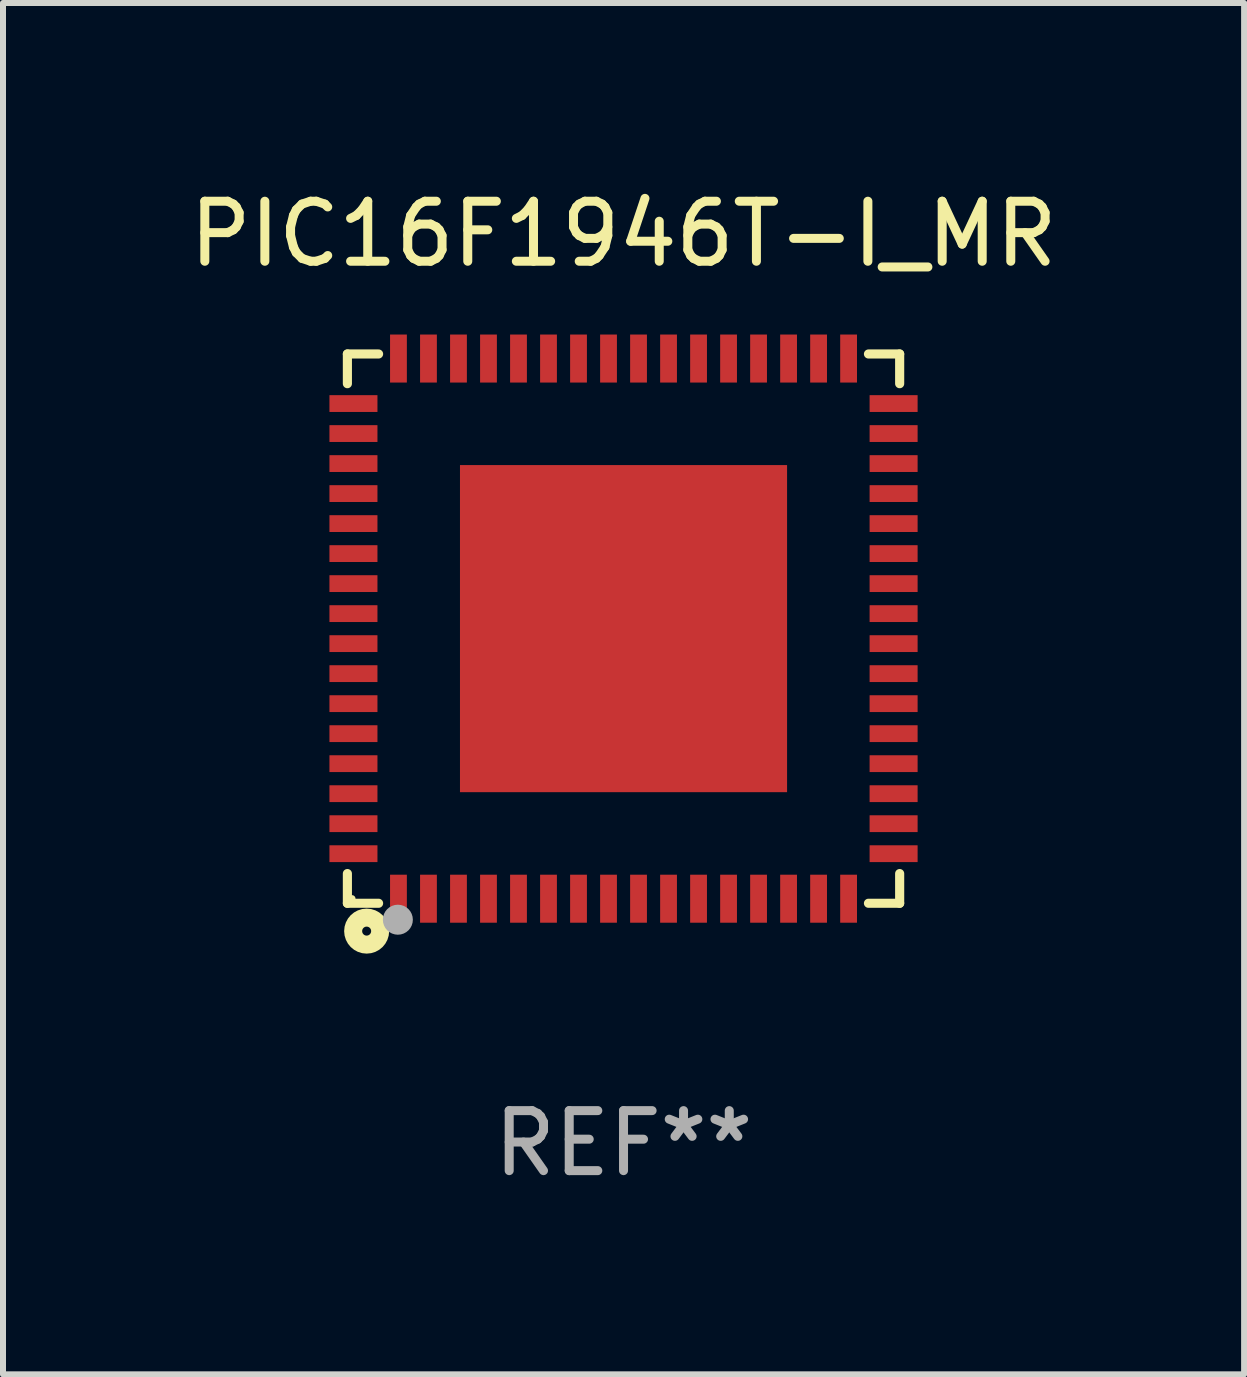
<source format=kicad_pcb>
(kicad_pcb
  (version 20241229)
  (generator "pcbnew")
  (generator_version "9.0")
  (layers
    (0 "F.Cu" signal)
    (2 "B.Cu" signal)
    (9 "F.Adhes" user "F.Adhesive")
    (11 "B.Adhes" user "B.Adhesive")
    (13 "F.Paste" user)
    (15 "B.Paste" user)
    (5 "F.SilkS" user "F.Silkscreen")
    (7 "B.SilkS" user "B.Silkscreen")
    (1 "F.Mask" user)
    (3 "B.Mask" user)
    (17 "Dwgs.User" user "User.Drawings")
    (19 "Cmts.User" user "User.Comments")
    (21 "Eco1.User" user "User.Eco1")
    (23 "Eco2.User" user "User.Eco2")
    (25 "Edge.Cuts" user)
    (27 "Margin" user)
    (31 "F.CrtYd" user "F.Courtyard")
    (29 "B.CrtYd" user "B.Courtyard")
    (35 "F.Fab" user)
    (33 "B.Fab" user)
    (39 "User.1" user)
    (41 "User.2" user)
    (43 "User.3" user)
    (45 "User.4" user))
  (footprint "PIC16F1946T-I_MR"
    (layer "F.Cu")
    (at 7.339 7.424)
    (property "Reference" "PIC16F1946T-I_MR" (at 0 -6.576 0) (layer "F.SilkS") (effects (font (size 1 1) (thickness 0.15))))
    (attr through_hole)
    (fp_line (start -4.601 -4.576) (end -4.081 -4.576) (stroke (width 0.152) (type solid)) (layer "F.SilkS"))
    (fp_line (start -4.601 -4.081) (end -4.601 -4.576) (stroke (width 0.152) (type solid)) (layer "F.SilkS"))
    (fp_line (start -4.601 4.081) (end -4.601 4.576) (stroke (width 0.152) (type solid)) (layer "F.SilkS"))
    (fp_line (start -4.601 4.576) (end -4.081 4.576) (stroke (width 0.152) (type solid)) (layer "F.SilkS"))
    (fp_line (start 4.601 -4.576) (end 4.081 -4.576) (stroke (width 0.152) (type solid)) (layer "F.SilkS"))
    (fp_line (start 4.601 -4.081) (end 4.601 -4.576) (stroke (width 0.152) (type solid)) (layer "F.SilkS"))
    (fp_line (start 4.601 4.081) (end 4.601 4.576) (stroke (width 0.152) (type solid)) (layer "F.SilkS"))
    (fp_line (start 4.601 4.576) (end 4.081 4.576) (stroke (width 0.152) (type solid)) (layer "F.SilkS"))
    (fp_circle (center -4.525 4.5) (end -4.495 4.5) (stroke (width 0.06) (type solid)) (fill no) (layer "F.SilkS"))
    (fp_circle (center -4.28 5.04) (end -4.205 5.04) (stroke (width 0.3) (type solid)) (fill no) (layer "F.SilkS"))
    (fp_circle (center -3.76 4.85) (end -3.635 4.85) (stroke (width 0.25) (type solid)) (fill no) (layer "F.Fab"))
    (fp_text user "REF**" (at 0 8.576 0) (layer "F.Fab") (effects (font (size 1 1) (thickness 0.15))))
    (pad "1" smd rect (at -3.75 4.5) (size 0.28 0.8) (layers "F.Cu" "F.Mask" "F.Paste"))
    (pad "2" smd rect (at -3.25 4.5) (size 0.28 0.8) (layers "F.Cu" "F.Mask" "F.Paste"))
    (pad "3" smd rect (at -2.75 4.5) (size 0.28 0.8) (layers "F.Cu" "F.Mask" "F.Paste"))
    (pad "4" smd rect (at -2.25 4.5) (size 0.28 0.8) (layers "F.Cu" "F.Mask" "F.Paste"))
    (pad "5" smd rect (at -1.75 4.5) (size 0.28 0.8) (layers "F.Cu" "F.Mask" "F.Paste"))
    (pad "6" smd rect (at -1.25 4.5) (size 0.28 0.8) (layers "F.Cu" "F.Mask" "F.Paste"))
    (pad "7" smd rect (at -0.75 4.5) (size 0.28 0.8) (layers "F.Cu" "F.Mask" "F.Paste"))
    (pad "8" smd rect (at -0.25 4.5) (size 0.28 0.8) (layers "F.Cu" "F.Mask" "F.Paste"))
    (pad "9" smd rect (at 0.25 4.5) (size 0.28 0.8) (layers "F.Cu" "F.Mask" "F.Paste"))
    (pad "10" smd rect (at 0.75 4.5) (size 0.28 0.8) (layers "F.Cu" "F.Mask" "F.Paste"))
    (pad "11" smd rect (at 1.25 4.5) (size 0.28 0.8) (layers "F.Cu" "F.Mask" "F.Paste"))
    (pad "12" smd rect (at 1.75 4.5) (size 0.28 0.8) (layers "F.Cu" "F.Mask" "F.Paste"))
    (pad "13" smd rect (at 2.25 4.5) (size 0.28 0.8) (layers "F.Cu" "F.Mask" "F.Paste"))
    (pad "14" smd rect (at 2.75 4.5) (size 0.28 0.8) (layers "F.Cu" "F.Mask" "F.Paste"))
    (pad "15" smd rect (at 3.25 4.5) (size 0.28 0.8) (layers "F.Cu" "F.Mask" "F.Paste"))
    (pad "16" smd rect (at 3.75 4.5) (size 0.28 0.8) (layers "F.Cu" "F.Mask" "F.Paste"))
    (pad "17" smd rect (at 4.5 3.75) (size 0.8 0.28) (layers "F.Cu" "F.Mask" "F.Paste"))
    (pad "18" smd rect (at 4.5 3.25) (size 0.8 0.28) (layers "F.Cu" "F.Mask" "F.Paste"))
    (pad "19" smd rect (at 4.5 2.75) (size 0.8 0.28) (layers "F.Cu" "F.Mask" "F.Paste"))
    (pad "20" smd rect (at 4.5 2.25) (size 0.8 0.28) (layers "F.Cu" "F.Mask" "F.Paste"))
    (pad "21" smd rect (at 4.5 1.75) (size 0.8 0.28) (layers "F.Cu" "F.Mask" "F.Paste"))
    (pad "22" smd rect (at 4.5 1.25) (size 0.8 0.28) (layers "F.Cu" "F.Mask" "F.Paste"))
    (pad "23" smd rect (at 4.5 0.75) (size 0.8 0.28) (layers "F.Cu" "F.Mask" "F.Paste"))
    (pad "24" smd rect (at 4.5 0.25) (size 0.8 0.28) (layers "F.Cu" "F.Mask" "F.Paste"))
    (pad "25" smd rect (at 4.5 -0.25) (size 0.8 0.28) (layers "F.Cu" "F.Mask" "F.Paste"))
    (pad "26" smd rect (at 4.5 -0.75) (size 0.8 0.28) (layers "F.Cu" "F.Mask" "F.Paste"))
    (pad "27" smd rect (at 4.5 -1.25) (size 0.8 0.28) (layers "F.Cu" "F.Mask" "F.Paste"))
    (pad "28" smd rect (at 4.5 -1.75) (size 0.8 0.28) (layers "F.Cu" "F.Mask" "F.Paste"))
    (pad "29" smd rect (at 4.5 -2.25) (size 0.8 0.28) (layers "F.Cu" "F.Mask" "F.Paste"))
    (pad "30" smd rect (at 4.5 -2.75) (size 0.8 0.28) (layers "F.Cu" "F.Mask" "F.Paste"))
    (pad "31" smd rect (at 4.5 -3.25) (size 0.8 0.28) (layers "F.Cu" "F.Mask" "F.Paste"))
    (pad "32" smd rect (at 4.5 -3.75) (size 0.8 0.28) (layers "F.Cu" "F.Mask" "F.Paste"))
    (pad "33" smd rect (at 3.75 -4.5) (size 0.28 0.8) (layers "F.Cu" "F.Mask" "F.Paste"))
    (pad "34" smd rect (at 3.25 -4.5) (size 0.28 0.8) (layers "F.Cu" "F.Mask" "F.Paste"))
    (pad "35" smd rect (at 2.75 -4.5) (size 0.28 0.8) (layers "F.Cu" "F.Mask" "F.Paste"))
    (pad "36" smd rect (at 2.25 -4.5) (size 0.28 0.8) (layers "F.Cu" "F.Mask" "F.Paste"))
    (pad "37" smd rect (at 1.75 -4.5) (size 0.28 0.8) (layers "F.Cu" "F.Mask" "F.Paste"))
    (pad "38" smd rect (at 1.25 -4.5) (size 0.28 0.8) (layers "F.Cu" "F.Mask" "F.Paste"))
    (pad "39" smd rect (at 0.75 -4.5) (size 0.28 0.8) (layers "F.Cu" "F.Mask" "F.Paste"))
    (pad "40" smd rect (at 0.25 -4.5) (size 0.28 0.8) (layers "F.Cu" "F.Mask" "F.Paste"))
    (pad "41" smd rect (at -0.25 -4.5) (size 0.28 0.8) (layers "F.Cu" "F.Mask" "F.Paste"))
    (pad "42" smd rect (at -0.75 -4.5) (size 0.28 0.8) (layers "F.Cu" "F.Mask" "F.Paste"))
    (pad "43" smd rect (at -1.25 -4.5) (size 0.28 0.8) (layers "F.Cu" "F.Mask" "F.Paste"))
    (pad "44" smd rect (at -1.75 -4.5) (size 0.28 0.8) (layers "F.Cu" "F.Mask" "F.Paste"))
    (pad "45" smd rect (at -2.25 -4.5) (size 0.28 0.8) (layers "F.Cu" "F.Mask" "F.Paste"))
    (pad "46" smd rect (at -2.75 -4.5) (size 0.28 0.8) (layers "F.Cu" "F.Mask" "F.Paste"))
    (pad "47" smd rect (at -3.25 -4.5) (size 0.28 0.8) (layers "F.Cu" "F.Mask" "F.Paste"))
    (pad "48" smd rect (at -3.75 -4.5) (size 0.28 0.8) (layers "F.Cu" "F.Mask" "F.Paste"))
    (pad "49" smd rect (at -4.5 -3.75) (size 0.8 0.28) (layers "F.Cu" "F.Mask" "F.Paste"))
    (pad "50" smd rect (at -4.5 -3.25) (size 0.8 0.28) (layers "F.Cu" "F.Mask" "F.Paste"))
    (pad "51" smd rect (at -4.5 -2.75) (size 0.8 0.28) (layers "F.Cu" "F.Mask" "F.Paste"))
    (pad "52" smd rect (at -4.5 -2.25) (size 0.8 0.28) (layers "F.Cu" "F.Mask" "F.Paste"))
    (pad "53" smd rect (at -4.5 -1.75) (size 0.8 0.28) (layers "F.Cu" "F.Mask" "F.Paste"))
    (pad "54" smd rect (at -4.5 -1.25) (size 0.8 0.28) (layers "F.Cu" "F.Mask" "F.Paste"))
    (pad "55" smd rect (at -4.5 -0.75) (size 0.8 0.28) (layers "F.Cu" "F.Mask" "F.Paste"))
    (pad "56" smd rect (at -4.5 -0.25) (size 0.8 0.28) (layers "F.Cu" "F.Mask" "F.Paste"))
    (pad "57" smd rect (at -4.5 0.25) (size 0.8 0.28) (layers "F.Cu" "F.Mask" "F.Paste"))
    (pad "58" smd rect (at -4.5 0.75) (size 0.8 0.28) (layers "F.Cu" "F.Mask" "F.Paste"))
    (pad "59" smd rect (at -4.5 1.25) (size 0.8 0.28) (layers "F.Cu" "F.Mask" "F.Paste"))
    (pad "60" smd rect (at -4.5 1.75) (size 0.8 0.28) (layers "F.Cu" "F.Mask" "F.Paste"))
    (pad "61" smd rect (at -4.5 2.25) (size 0.8 0.28) (layers "F.Cu" "F.Mask" "F.Paste"))
    (pad "62" smd rect (at -4.5 2.75) (size 0.8 0.28) (layers "F.Cu" "F.Mask" "F.Paste"))
    (pad "63" smd rect (at -4.5 3.25) (size 0.8 0.28) (layers "F.Cu" "F.Mask" "F.Paste"))
    (pad "64" smd rect (at -4.5 3.75) (size 0.8 0.28) (layers "F.Cu" "F.Mask" "F.Paste"))
    (pad "65" smd rect (at 0 0) (size 5.45 5.45) (layers "F.Cu" "F.Mask" "F.Paste")))
  (gr_rect
    (start -3 -3)
    (end 17.679 19.849)
    (stroke (width 0.1) (type default))
    (fill no)
    (layer "Edge.Cuts")))
</source>
